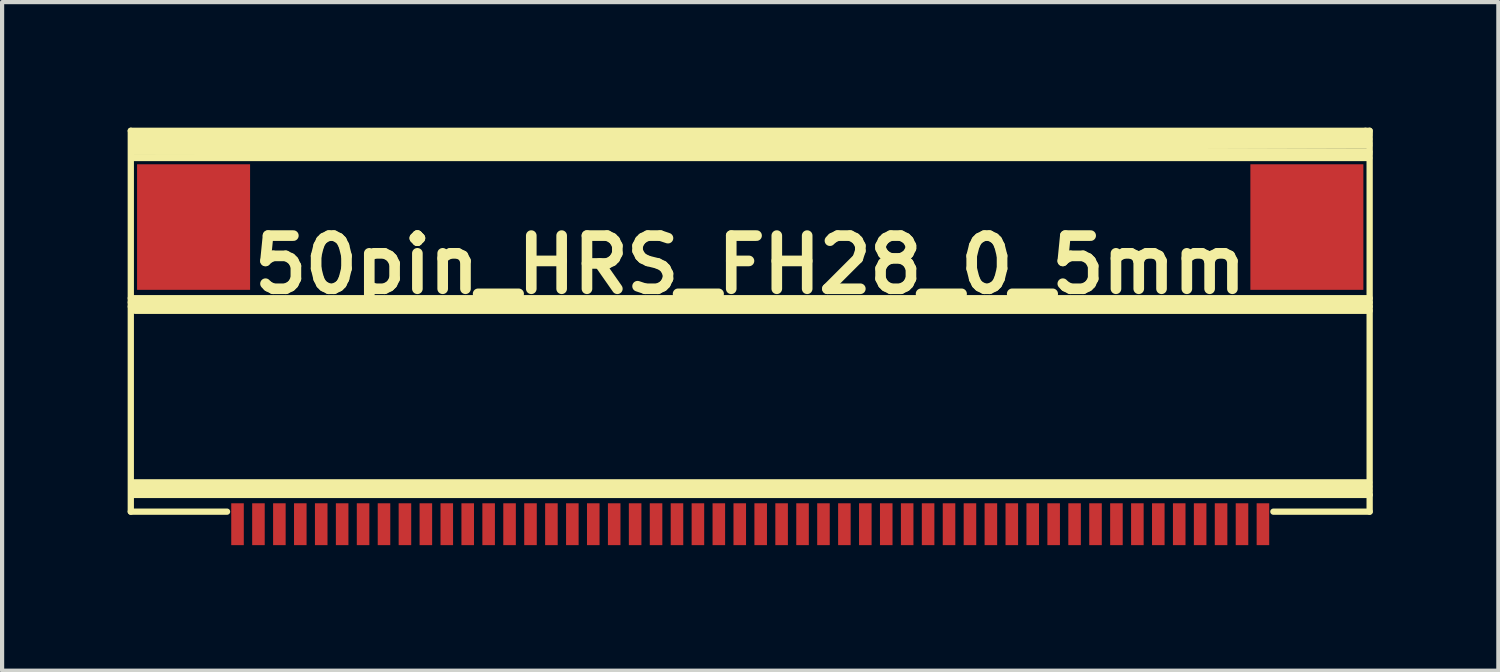
<source format=kicad_pcb>
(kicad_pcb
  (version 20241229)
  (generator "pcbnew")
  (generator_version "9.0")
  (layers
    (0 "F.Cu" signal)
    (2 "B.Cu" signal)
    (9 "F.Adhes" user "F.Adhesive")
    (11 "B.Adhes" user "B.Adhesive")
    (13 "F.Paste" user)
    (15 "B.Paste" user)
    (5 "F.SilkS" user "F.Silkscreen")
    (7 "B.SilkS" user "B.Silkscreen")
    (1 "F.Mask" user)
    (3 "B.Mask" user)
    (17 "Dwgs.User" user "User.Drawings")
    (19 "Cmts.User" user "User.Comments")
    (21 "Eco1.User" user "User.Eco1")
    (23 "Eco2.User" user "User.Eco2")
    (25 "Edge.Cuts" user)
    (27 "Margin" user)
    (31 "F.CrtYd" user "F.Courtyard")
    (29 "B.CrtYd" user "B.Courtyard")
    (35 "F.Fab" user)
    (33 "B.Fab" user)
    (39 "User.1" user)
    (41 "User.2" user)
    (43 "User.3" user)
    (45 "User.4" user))
  (footprint "50pin_HRS_FH28_0_5mm"
    (layer "F.Cu")
    (at 14.875 6.675)
    (property "Reference" "50pin_HRS_FH28_0_5mm" (at 0 -3.4 0) (layer "F.SilkS") (effects (font (size 1.27 1.27) (thickness 0.254))))
    (attr through_hole)
    (fp_line (start -14.8 -6.6) (end 14.7 -6.6) (stroke (width 0.15) (type solid)) (layer "F.SilkS"))
    (fp_line (start -14.8 -2.6) (end 14.8 -2.6) (stroke (width 0.15) (type solid)) (layer "F.SilkS"))
    (fp_line (start -14.8 -2.4) (end 14.8 -2.4) (stroke (width 0.15) (type solid)) (layer "F.SilkS"))
    (fp_line (start -14.8 2.5) (end -14.8 -6.6) (stroke (width 0.15) (type solid)) (layer "F.SilkS"))
    (fp_line (start -14.8 2.5) (end -12.5 2.5) (stroke (width 0.15) (type solid)) (layer "F.SilkS"))
    (fp_line (start -14.79 -6.45) (end 14.79 -6.5) (stroke (width 0.15) (type solid)) (layer "F.SilkS"))
    (fp_line (start -14.79 -6.4) (end 14.79 -6.4) (stroke (width 0.15) (type solid)) (layer "F.SilkS"))
    (fp_line (start -14.79 -6.25) (end 14.79 -6.25) (stroke (width 0.15) (type solid)) (layer "F.SilkS"))
    (fp_line (start -14.79 -6.2) (end 14.79 -6.1) (stroke (width 0.15) (type solid)) (layer "F.SilkS"))
    (fp_line (start -14.79 1.8) (end 14.79 1.8) (stroke (width 0.15) (type solid)) (layer "F.SilkS"))
    (fp_line (start -14.79 2) (end 14.79 2) (stroke (width 0.15) (type solid)) (layer "F.SilkS"))
    (fp_line (start 14.79 -6.55) (end -14.79 -6.55) (stroke (width 0.15) (type solid)) (layer "F.SilkS"))
    (fp_line (start 14.79 -6.3) (end -14.79 -6.3) (stroke (width 0.15) (type solid)) (layer "F.SilkS"))
    (fp_line (start 14.79 -6.1) (end -14.79 -6.1) (stroke (width 0.15) (type solid)) (layer "F.SilkS"))
    (fp_line (start 14.79 -6.05) (end -14.79 -6.1) (stroke (width 0.15) (type solid)) (layer "F.SilkS"))
    (fp_line (start 14.79 -5.95) (end -14.79 -5.95) (stroke (width 0.15) (type solid)) (layer "F.SilkS"))
    (fp_line (start 14.79 1.9) (end -14.79 1.9) (stroke (width 0.15) (type solid)) (layer "F.SilkS"))
    (fp_line (start 14.79 2.1) (end -14.79 2.1) (stroke (width 0.15) (type solid)) (layer "F.SilkS"))
    (fp_line (start 14.8 -6.6) (end 14.7 -6.6) (stroke (width 0.15) (type solid)) (layer "F.SilkS"))
    (fp_line (start 14.8 -6.6) (end 14.8 2.1) (stroke (width 0.15) (type solid)) (layer "F.SilkS"))
    (fp_line (start 14.8 -2.5) (end -14.8 -2.5) (stroke (width 0.15) (type solid)) (layer "F.SilkS"))
    (fp_line (start 14.8 -2.3) (end -14.7 -2.3) (stroke (width 0.15) (type solid)) (layer "F.SilkS"))
    (fp_line (start 14.8 2.1) (end 14.8 2.5) (stroke (width 0.15) (type solid)) (layer "F.SilkS"))
    (fp_line (start 14.8 2.5) (end 12.5 2.5) (stroke (width 0.15) (type solid)) (layer "F.SilkS"))
    (pad "0" smd rect (at -13.3 -4.3) (size 2.7 3) (layers "F.Cu" "F.Mask" "F.Paste"))
    (pad "0" smd rect (at 13.3 -4.3) (size 2.7 3) (layers "F.Cu" "F.Mask" "F.Paste"))
    (pad "1" smd rect (at -12.25 2.8) (size 0.3 1) (layers "F.Cu" "F.Mask" "F.Paste"))
    (pad "2" smd rect (at -11.75 2.8) (size 0.3 1) (layers "F.Cu" "F.Mask" "F.Paste"))
    (pad "3" smd rect (at -11.25 2.8) (size 0.3 1) (layers "F.Cu" "F.Mask" "F.Paste"))
    (pad "4" smd rect (at -10.75 2.8) (size 0.3 1) (layers "F.Cu" "F.Mask" "F.Paste"))
    (pad "5" smd rect (at -10.25 2.8) (size 0.3 1) (layers "F.Cu" "F.Mask" "F.Paste"))
    (pad "6" smd rect (at -9.75 2.8) (size 0.3 1) (layers "F.Cu" "F.Mask" "F.Paste"))
    (pad "7" smd rect (at -9.25 2.8) (size 0.3 1) (layers "F.Cu" "F.Mask" "F.Paste"))
    (pad "8" smd rect (at -8.75 2.8) (size 0.3 1) (layers "F.Cu" "F.Mask" "F.Paste"))
    (pad "9" smd rect (at -8.25 2.8) (size 0.3 1) (layers "F.Cu" "F.Mask" "F.Paste"))
    (pad "10" smd rect (at -7.75 2.8) (size 0.3 1) (layers "F.Cu" "F.Mask" "F.Paste"))
    (pad "11" smd rect (at -7.25 2.8) (size 0.3 1) (layers "F.Cu" "F.Mask" "F.Paste"))
    (pad "12" smd rect (at -6.75 2.8) (size 0.3 1) (layers "F.Cu" "F.Mask" "F.Paste"))
    (pad "13" smd rect (at -6.25 2.8) (size 0.3 1) (layers "F.Cu" "F.Mask" "F.Paste"))
    (pad "14" smd rect (at -5.75 2.8) (size 0.3 1) (layers "F.Cu" "F.Mask" "F.Paste"))
    (pad "15" smd rect (at -5.25 2.8) (size 0.3 1) (layers "F.Cu" "F.Mask" "F.Paste"))
    (pad "16" smd rect (at -4.75 2.8) (size 0.3 1) (layers "F.Cu" "F.Mask" "F.Paste"))
    (pad "17" smd rect (at -4.25 2.8) (size 0.3 1) (layers "F.Cu" "F.Mask" "F.Paste"))
    (pad "18" smd rect (at -3.75 2.8) (size 0.3 1) (layers "F.Cu" "F.Mask" "F.Paste"))
    (pad "19" smd rect (at -3.25 2.8) (size 0.3 1) (layers "F.Cu" "F.Mask" "F.Paste"))
    (pad "20" smd rect (at -2.75 2.8) (size 0.3 1) (layers "F.Cu" "F.Mask" "F.Paste"))
    (pad "21" smd rect (at -2.25 2.8) (size 0.3 1) (layers "F.Cu" "F.Mask" "F.Paste"))
    (pad "22" smd rect (at -1.75 2.8) (size 0.3 1) (layers "F.Cu" "F.Mask" "F.Paste"))
    (pad "23" smd rect (at -1.25 2.8) (size 0.3 1) (layers "F.Cu" "F.Mask" "F.Paste"))
    (pad "24" smd rect (at -0.75 2.8) (size 0.3 1) (layers "F.Cu" "F.Mask" "F.Paste"))
    (pad "25" smd rect (at -0.25 2.8) (size 0.3 1) (layers "F.Cu" "F.Mask" "F.Paste"))
    (pad "26" smd rect (at 0.25 2.8) (size 0.3 1) (layers "F.Cu" "F.Mask" "F.Paste"))
    (pad "27" smd rect (at 0.75 2.8) (size 0.3 1) (layers "F.Cu" "F.Mask" "F.Paste"))
    (pad "28" smd rect (at 1.25 2.8) (size 0.3 1) (layers "F.Cu" "F.Mask" "F.Paste"))
    (pad "29" smd rect (at 1.75 2.8) (size 0.3 1) (layers "F.Cu" "F.Mask" "F.Paste"))
    (pad "30" smd rect (at 2.25 2.8) (size 0.3 1) (layers "F.Cu" "F.Mask" "F.Paste"))
    (pad "31" smd rect (at 2.75 2.8) (size 0.3 1) (layers "F.Cu" "F.Mask" "F.Paste"))
    (pad "32" smd rect (at 3.25 2.8) (size 0.3 1) (layers "F.Cu" "F.Mask" "F.Paste"))
    (pad "33" smd rect (at 3.75 2.8) (size 0.3 1) (layers "F.Cu" "F.Mask" "F.Paste"))
    (pad "34" smd rect (at 4.25 2.8) (size 0.3 1) (layers "F.Cu" "F.Mask" "F.Paste"))
    (pad "35" smd rect (at 4.75 2.8) (size 0.3 1) (layers "F.Cu" "F.Mask" "F.Paste"))
    (pad "36" smd rect (at 5.25 2.8) (size 0.3 1) (layers "F.Cu" "F.Mask" "F.Paste"))
    (pad "37" smd rect (at 5.75 2.8) (size 0.3 1) (layers "F.Cu" "F.Mask" "F.Paste"))
    (pad "38" smd rect (at 6.25 2.8) (size 0.3 1) (layers "F.Cu" "F.Mask" "F.Paste"))
    (pad "39" smd rect (at 6.75 2.8) (size 0.3 1) (layers "F.Cu" "F.Mask" "F.Paste"))
    (pad "40" smd rect (at 7.25 2.8) (size 0.3 1) (layers "F.Cu" "F.Mask" "F.Paste"))
    (pad "41" smd rect (at 7.75 2.8) (size 0.3 1) (layers "F.Cu" "F.Mask" "F.Paste"))
    (pad "42" smd rect (at 8.25 2.8) (size 0.3 1) (layers "F.Cu" "F.Mask" "F.Paste"))
    (pad "43" smd rect (at 8.75 2.8) (size 0.3 1) (layers "F.Cu" "F.Mask" "F.Paste"))
    (pad "44" smd rect (at 9.25 2.8) (size 0.3 1) (layers "F.Cu" "F.Mask" "F.Paste"))
    (pad "45" smd rect (at 9.75 2.8) (size 0.3 1) (layers "F.Cu" "F.Mask" "F.Paste"))
    (pad "46" smd rect (at 10.25 2.8) (size 0.3 1) (layers "F.Cu" "F.Mask" "F.Paste"))
    (pad "47" smd rect (at 10.75 2.8) (size 0.3 1) (layers "F.Cu" "F.Mask" "F.Paste"))
    (pad "48" smd rect (at 11.25 2.8) (size 0.3 1) (layers "F.Cu" "F.Mask" "F.Paste"))
    (pad "49" smd rect (at 11.75 2.8) (size 0.3 1) (layers "F.Cu" "F.Mask" "F.Paste"))
    (pad "50" smd rect (at 12.25 2.8) (size 0.3 1) (layers "F.Cu" "F.Mask" "F.Paste")))
  (gr_rect
    (start -3 -3)
    (end 32.75 12.975)
    (stroke (width 0.1) (type default))
    (fill no)
    (layer "Edge.Cuts")))
</source>
